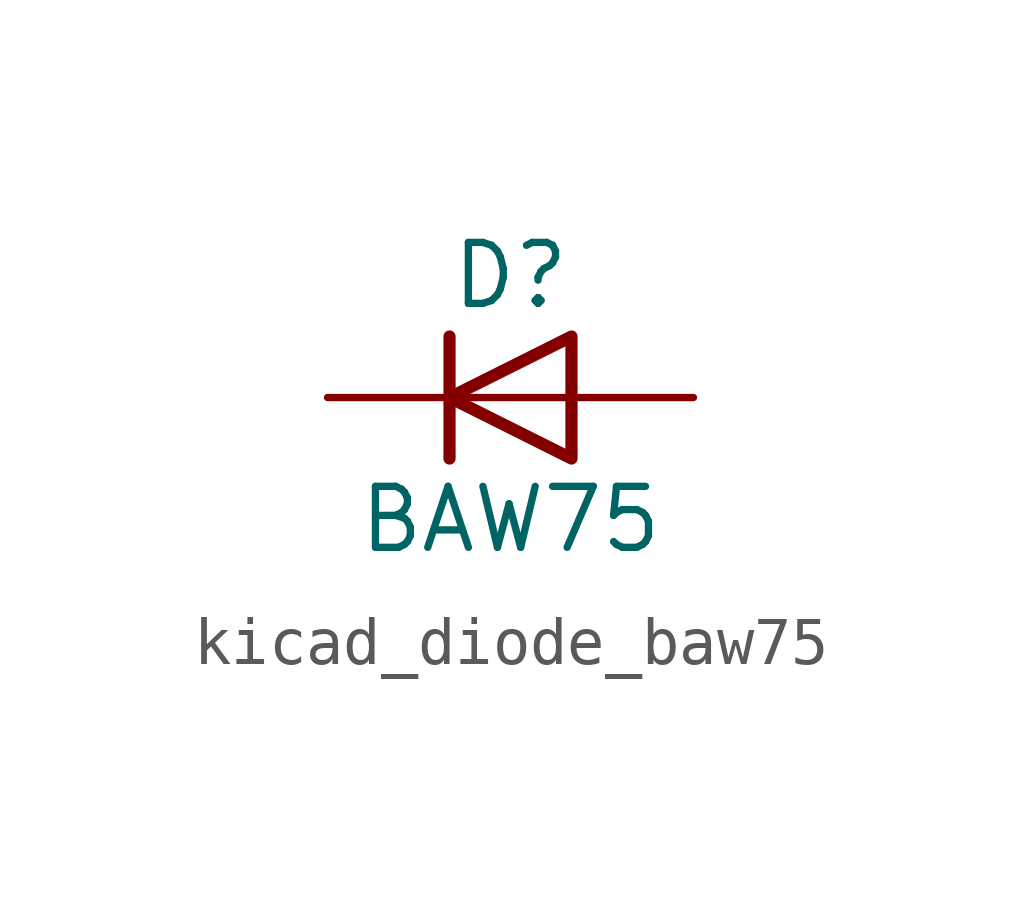
<source format=kicad_sym>
(kicad_symbol_lib
  (version 20220914)
  (generator kicad_symbol_editor)
  (symbol "kicad_diode_baw75"
    (pin_numbers hide)
    (pin_names hide)
    (property "Reference" "D"
      (at 0 2.54 0)
      (effects (font (size 1.27 1.27))))
    (property "Value" "BAW75"
      (at 0 -2.54 0)
      (effects (font (size 1.27 1.27))))
    (symbol "kicad_diode_baw75_0_1"
      (polyline (pts (xy -1.27 1.27) (xy -1.27 -1.27)) (stroke (width 0.254) (type default)) (fill (type none)))
      (polyline (pts (xy 1.27 0) (xy -1.27 0)) (stroke (width 0) (type default)) (fill (type none)))
      (polyline (pts (xy 1.27 1.27) (xy 1.27 -1.27) (xy -1.27 0) (xy 1.27 1.27)) (stroke (width 0.254) (type default)) (fill (type none))))
    (symbol "kicad_diode_baw75_1_1"
      (pin passive line (at -3.81 0 0) (length 2.54) (name "K" (effects (font (size 1.27 1.27)))) (number "1" (effects (font (size 1.27 1.27)))))
      (pin passive line (at 3.81 0 180) (length 2.54) (name "A" (effects (font (size 1.27 1.27)))) (number "2" (effects (font (size 1.27 1.27))))))))
</source>
